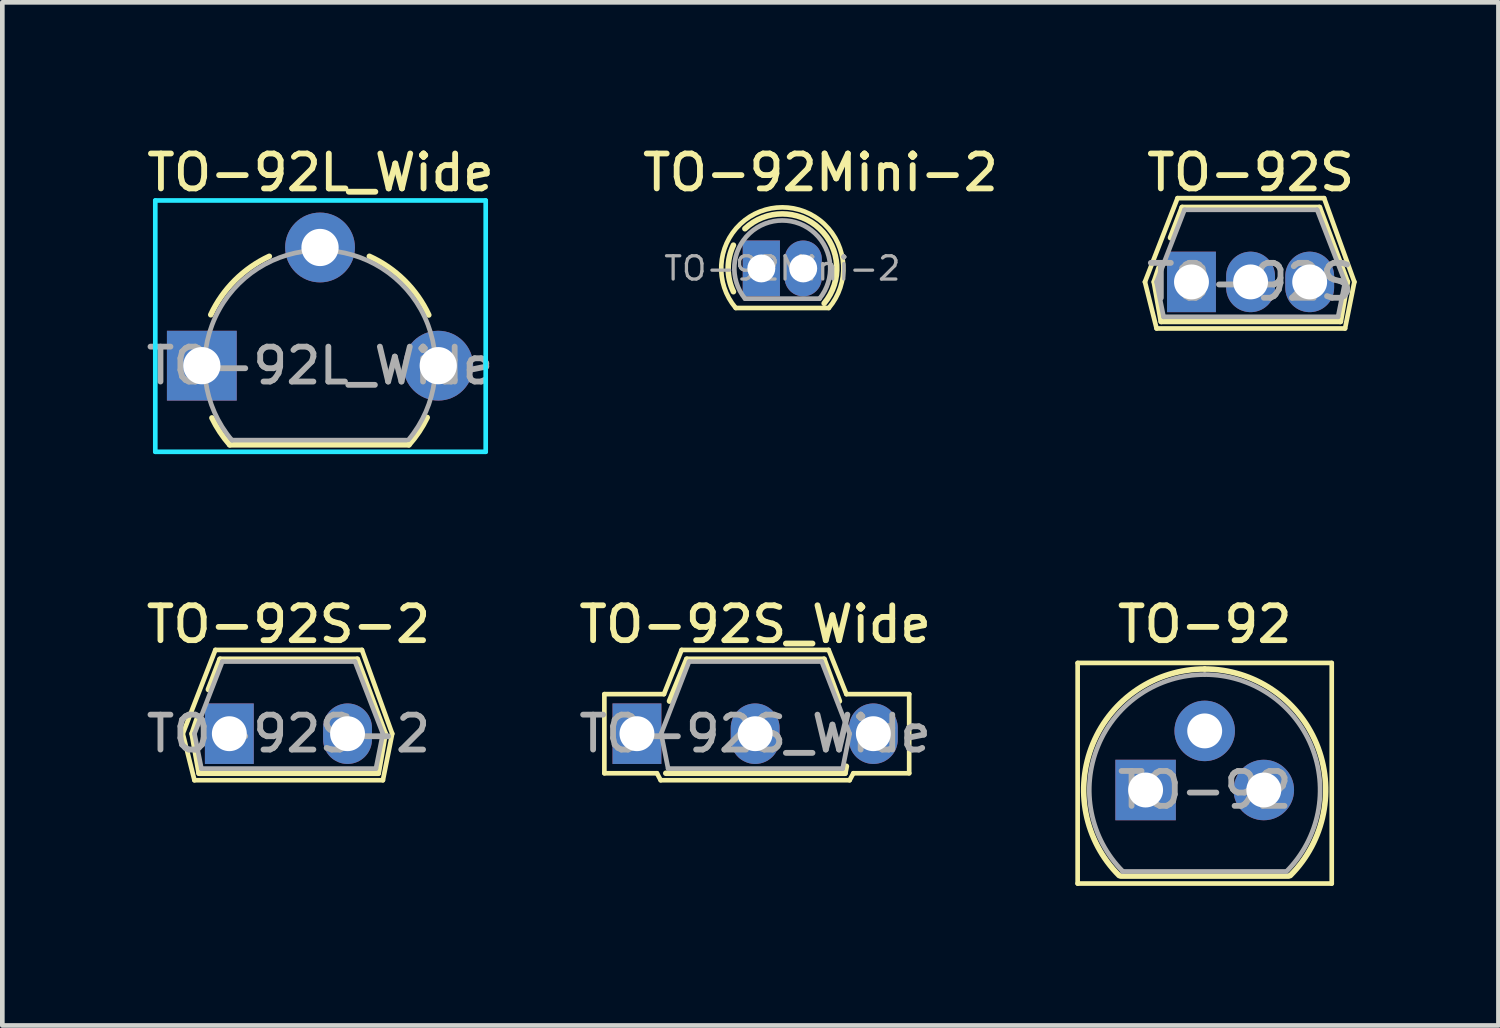
<source format=kicad_pcb>
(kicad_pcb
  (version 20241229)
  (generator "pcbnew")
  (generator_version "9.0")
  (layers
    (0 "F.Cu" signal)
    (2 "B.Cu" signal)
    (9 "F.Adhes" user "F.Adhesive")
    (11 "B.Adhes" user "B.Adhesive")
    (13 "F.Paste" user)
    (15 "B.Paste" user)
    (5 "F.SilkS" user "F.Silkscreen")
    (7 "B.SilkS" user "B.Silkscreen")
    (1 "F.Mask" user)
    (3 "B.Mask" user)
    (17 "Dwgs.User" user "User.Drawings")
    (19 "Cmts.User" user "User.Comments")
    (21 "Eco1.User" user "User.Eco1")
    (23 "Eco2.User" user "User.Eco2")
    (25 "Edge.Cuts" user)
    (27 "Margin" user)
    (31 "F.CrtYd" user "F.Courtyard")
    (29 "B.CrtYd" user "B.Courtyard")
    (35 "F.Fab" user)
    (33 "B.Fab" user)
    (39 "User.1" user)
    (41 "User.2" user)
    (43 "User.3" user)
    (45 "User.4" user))
  (footprint "TO-92S-2"
    (layer "F.Cu")
    (at 1.878 12.716)
    (property "Reference" "TO-92S-2" (at 1.27 -2.35 0) (layer "F.SilkS") (effects (font (size 0.75 0.75) (thickness 0.125))))
    (attr through_hole)
    (fp_line (start -1 0) (end -0.75 1) (stroke (width 0.1) (type solid)) (layer "F.SilkS"))
    (fp_line (start -0.8 0) (end -0.65 0.85) (stroke (width 0.12) (type solid)) (layer "F.SilkS"))
    (fp_line (start -0.75 1) (end 3.3 1) (stroke (width 0.1) (type solid)) (layer "F.SilkS"))
    (fp_line (start -0.7 -0.3) (end -0.8 0) (stroke (width 0.12) (type solid)) (layer "F.SilkS"))
    (fp_line (start -0.65 0.85) (end 3.2 0.85) (stroke (width 0.12) (type solid)) (layer "F.SilkS"))
    (fp_line (start -0.3 -1.8) (end -1 0) (stroke (width 0.1) (type solid)) (layer "F.SilkS"))
    (fp_line (start -0.2 -1.6) (end -0.45 -0.95) (stroke (width 0.12) (type solid)) (layer "F.SilkS"))
    (fp_line (start 2.75 -1.6) (end -0.2 -1.6) (stroke (width 0.12) (type solid)) (layer "F.SilkS"))
    (fp_line (start 2.85 -1.8) (end -0.3 -1.8) (stroke (width 0.1) (type solid)) (layer "F.SilkS"))
    (fp_line (start 3.2 0.85) (end 3.35 0) (stroke (width 0.12) (type solid)) (layer "F.SilkS"))
    (fp_line (start 3.3 1) (end 3.5 0) (stroke (width 0.1) (type solid)) (layer "F.SilkS"))
    (fp_line (start 3.35 0) (end 2.75 -1.6) (stroke (width 0.12) (type solid)) (layer "F.SilkS"))
    (fp_line (start 3.5 0) (end 2.85 -1.8) (stroke (width 0.1) (type solid)) (layer "F.SilkS"))
    (fp_line (start -0.75 0) (end -0.15 -1.55) (stroke (width 0.1) (type solid)) (layer "F.Fab"))
    (fp_line (start -0.6 0.75) (end -0.75 0) (stroke (width 0.1) (type solid)) (layer "F.Fab"))
    (fp_line (start -0.6 0.75) (end 3.15 0.75) (stroke (width 0.1) (type solid)) (layer "F.Fab"))
    (fp_line (start -0.15 -1.55) (end 2.7 -1.55) (stroke (width 0.1) (type solid)) (layer "F.Fab"))
    (fp_line (start 3.15 0.75) (end 3.3 0) (stroke (width 0.1) (type solid)) (layer "F.Fab"))
    (fp_line (start 3.3 0) (end 2.7 -1.55) (stroke (width 0.1) (type solid)) (layer "F.Fab"))
    (fp_text user "${REFERENCE}" (at 1.27 0 0) (layer "F.Fab") (effects (font (size 0.75 0.75) (thickness 0.125))))
    (pad "1" thru_hole rect (at 0 0) (size 1.05 1.3) (drill 0.75) (layers "*.Cu" "*.Mask"))
    (pad "2" thru_hole oval (at 2.54 0) (size 1.05 1.3) (drill 0.75) (layers "*.Cu" "*.Mask")))
  (footprint "TO-92Mini-2"
    (layer "F.Cu")
    (at 13.31 2.718)
    (property "Reference" "TO-92Mini-2" (at 1.27 -2.06 0) (layer "F.SilkS") (effects (font (size 0.75 0.75) (thickness 0.125))))
    (attr through_hole)
    (fp_line (start -0.55 0.85) (end 1.45 0.85) (stroke (width 0.1) (type solid)) (layer "F.SilkS"))
    (fp_arc (start -0.599971 0.500061) (mid -0.71297 0.000034) (end -0.6 -0.5) (stroke (width 0.12) (type solid)) (layer "F.SilkS"))
    (fp_arc (start -0.550431 0.849492) (mid 0.450333 -1.31244) (end 1.45 0.85) (stroke (width 0.1) (type solid)) (layer "F.SilkS"))
    (fp_arc (start -0.352932 -0.853112) (mid 1.253024 -0.853025) (end 1.35 0.75) (stroke (width 0.12) (type solid)) (layer "F.SilkS"))
    (fp_line (start -0.35 0.65) (end 1.25 0.65) (stroke (width 0.1) (type solid)) (layer "F.Fab"))
    (fp_arc (start -0.349861 0.650171) (mid 0.44989 -1.030776) (end 1.25 0.65) (stroke (width 0.1) (type solid)) (layer "F.Fab"))
    (fp_text user "${REFERENCE}" (at 0.45 0 0) (layer "F.Fab") (effects (font (size 0.5 0.5) (thickness 0.07))))
    (pad "1" thru_hole rect (at 0 0) (size 0.8 1.2) (drill 0.6) (layers "*.Cu" "*.Mask"))
    (pad "2" thru_hole oval (at 0.9 0) (size 0.8 1.2) (drill 0.6) (layers "*.Cu" "*.Mask")))
  (footprint "TO-92S_Wide"
    (layer "F.Cu")
    (at 10.637 12.716)
    (property "Reference" "TO-92S_Wide" (at 2.54 -2.35 0) (layer "F.SilkS") (effects (font (size 0.75 0.75) (thickness 0.125))))
    (attr through_hole)
    (fp_line (start -0.7 -0.85) (end -0.7 0.85) (stroke (width 0.1) (type solid)) (layer "F.SilkS"))
    (fp_line (start -0.7 0.85) (end 0.43 0.85) (stroke (width 0.1) (type solid)) (layer "F.SilkS"))
    (fp_line (start 0.51 1) (end 0.43 0.85) (stroke (width 0.1) (type solid)) (layer "F.SilkS"))
    (fp_line (start 0.51 1) (end 4.57 1) (stroke (width 0.1) (type solid)) (layer "F.SilkS"))
    (fp_line (start 0.58 -0.85) (end -0.7 -0.85) (stroke (width 0.1) (type solid)) (layer "F.SilkS"))
    (fp_line (start 0.58 -0.85) (end 0.96 -1.8) (stroke (width 0.1) (type solid)) (layer "F.SilkS"))
    (fp_line (start 0.62 0.85) (end 4.47 0.85) (stroke (width 0.12) (type solid)) (layer "F.SilkS"))
    (fp_line (start 1.07 -1.6) (end 0.7 -0.7) (stroke (width 0.12) (type solid)) (layer "F.SilkS"))
    (fp_line (start 4.02 -1.6) (end 1.07 -1.6) (stroke (width 0.12) (type solid)) (layer "F.SilkS"))
    (fp_line (start 4.12 -1.8) (end 0.96 -1.8) (stroke (width 0.1) (type solid)) (layer "F.SilkS"))
    (fp_line (start 4.35 -0.7) (end 4.02 -1.6) (stroke (width 0.12) (type solid)) (layer "F.SilkS"))
    (fp_line (start 4.47 0.85) (end 4.5 0.7) (stroke (width 0.12) (type solid)) (layer "F.SilkS"))
    (fp_line (start 4.5 -0.85) (end 4.12 -1.8) (stroke (width 0.1) (type solid)) (layer "F.SilkS"))
    (fp_line (start 4.5 -0.85) (end 5.85 -0.85) (stroke (width 0.1) (type solid)) (layer "F.SilkS"))
    (fp_line (start 4.57 1) (end 4.65 0.85) (stroke (width 0.1) (type solid)) (layer "F.SilkS"))
    (fp_line (start 5.85 -0.85) (end 5.85 0.85) (stroke (width 0.1) (type solid)) (layer "F.SilkS"))
    (fp_line (start 5.85 0.85) (end 4.65 0.85) (stroke (width 0.1) (type solid)) (layer "F.SilkS"))
    (fp_line (start 0.52 0) (end 1.12 -1.55) (stroke (width 0.1) (type solid)) (layer "F.Fab"))
    (fp_line (start 0.67 0.75) (end 0.52 0) (stroke (width 0.1) (type solid)) (layer "F.Fab"))
    (fp_line (start 0.67 0.75) (end 4.42 0.75) (stroke (width 0.1) (type solid)) (layer "F.Fab"))
    (fp_line (start 1.12 -1.55) (end 3.97 -1.55) (stroke (width 0.1) (type solid)) (layer "F.Fab"))
    (fp_line (start 4.42 0.75) (end 4.57 0) (stroke (width 0.1) (type solid)) (layer "F.Fab"))
    (fp_line (start 4.57 0) (end 3.97 -1.55) (stroke (width 0.1) (type solid)) (layer "F.Fab"))
    (fp_text user "${REFERENCE}" (at 2.54 0 0) (layer "F.Fab") (effects (font (size 0.75 0.75) (thickness 0.125))))
    (pad "1" thru_hole rect (at 0 0) (size 1.05 1.3) (drill 0.75) (layers "*.Cu" "*.Mask"))
    (pad "2" thru_hole oval (at 2.54 0) (size 1.05 1.3) (drill 0.75) (layers "*.Cu" "*.Mask"))
    (pad "3" thru_hole oval (at 5.08 0) (size 1.05 1.3) (drill 0.75) (layers "*.Cu" "*.Mask")))
  (footprint "TO-92L_Wide"
    (layer "F.Cu")
    (at 1.287 4.808)
    (property "Reference" "TO-92L_Wide" (at 2.55 -4.15 0) (layer "F.SilkS") (effects (font (size 0.75 0.75) (thickness 0.125))))
    (attr through_hole)
    (fp_line (start 0.6 1.7) (end 4.45 1.7) (stroke (width 0.12) (type solid)) (layer "F.SilkS"))
    (fp_arc (start 0.192226 -1.094786) (mid 0.710119 -1.833613) (end 1.45 -2.35) (stroke (width 0.12) (type solid)) (layer "F.SilkS"))
    (fp_arc (start 0.6 1.7) (mid 0.389183 1.423933) (end 0.217369 1.122045) (stroke (width 0.12) (type solid)) (layer "F.SilkS"))
    (fp_arc (start 3.6 -2.35) (mid 4.351408 -1.834367) (end 4.876463 -1.089513) (stroke (width 0.12) (type solid)) (layer "F.SilkS"))
    (fp_arc (start 4.842383 1.112264) (mid 4.666594 1.419753) (end 4.45 1.7) (stroke (width 0.12) (type solid)) (layer "F.SilkS"))
    (fp_line (start -1 -3.55) (end -1 1.85) (stroke (width 0.1) (type solid)) (layer "B.CrtYd"))
    (fp_line (start -1 1.85) (end 6.1 1.85) (stroke (width 0.1) (type solid)) (layer "B.CrtYd"))
    (fp_line (start 6.1 -3.55) (end -1 -3.55) (stroke (width 0.1) (type solid)) (layer "B.CrtYd"))
    (fp_line (start 6.1 1.85) (end 6.1 -3.55) (stroke (width 0.1) (type solid)) (layer "B.CrtYd"))
    (fp_line (start 0.65 1.6) (end 4.4 1.6) (stroke (width 0.1) (type solid)) (layer "F.Fab"))
    (fp_arc (start 0.647182 1.602385) (mid 0.290076 -1.043188) (end 2.54 -2.48) (stroke (width 0.1) (type solid)) (layer "F.Fab"))
    (fp_arc (start 2.54 -2.48) (mid 4.787211 -1.049019) (end 4.441103 1.592547) (stroke (width 0.1) (type solid)) (layer "F.Fab"))
    (fp_text user "${REFERENCE}" (at 2.54 0 0) (layer "F.Fab") (effects (font (size 0.75 0.75) (thickness 0.125))))
    (pad "1" thru_hole rect (at 0 0) (size 1.5 1.5) (drill 0.8) (layers "*.Cu" "*.Mask"))
    (pad "2" thru_hole circle (at 2.54 -2.54) (size 1.5 1.5) (drill 0.8) (layers "*.Cu" "*.Mask"))
    (pad "3" thru_hole circle (at 5.08 0) (size 1.5 1.5) (drill 0.8) (layers "*.Cu" "*.Mask")))
  (footprint "TO-92"
    (layer "F.Cu")
    (at 21.567 13.926)
    (property "Reference" "TO-92" (at 1.27 -3.56 0) (layer "F.SilkS") (effects (font (size 0.75 0.75) (thickness 0.125))))
    (attr through_hole)
    (fp_line (start -1.46 -2.73) (end -1.46 2.01) (stroke (width 0.1) (type solid)) (layer "F.SilkS"))
    (fp_line (start -1.46 -2.73) (end 4 -2.73) (stroke (width 0.1) (type solid)) (layer "F.SilkS"))
    (fp_line (start -0.53 1.85) (end 3.07 1.85) (stroke (width 0.12) (type solid)) (layer "F.SilkS"))
    (fp_line (start 4 2.01) (end -1.46 2.01) (stroke (width 0.1) (type solid)) (layer "F.SilkS"))
    (fp_line (start 4 2.01) (end 4 -2.73) (stroke (width 0.1) (type solid)) (layer "F.SilkS"))
    (fp_arc (start -0.568478 1.838478) (mid -1.132087 -0.994977) (end 1.27 -2.6) (stroke (width 0.12) (type solid)) (layer "F.SilkS"))
    (fp_arc (start 1.27 -2.6) (mid 3.672087 -0.994977) (end 3.108478 1.838478) (stroke (width 0.12) (type solid)) (layer "F.SilkS"))
    (fp_line (start -0.5 1.75) (end 3 1.75) (stroke (width 0.1) (type solid)) (layer "F.Fab"))
    (fp_arc (start -0.483625 1.753625) (mid -1.021221 -0.949055) (end 1.27 -2.48) (stroke (width 0.1) (type solid)) (layer "F.Fab"))
    (fp_arc (start 1.27 -2.48) (mid 3.561221 -0.949055) (end 3.023625 1.753625) (stroke (width 0.1) (type solid)) (layer "F.Fab"))
    (fp_text user "${REFERENCE}" (at 1.27 0 0) (layer "F.Fab") (effects (font (size 0.75 0.75) (thickness 0.125))))
    (pad "1" thru_hole rect (at 0 0) (size 1.3 1.3) (drill 0.75) (layers "*.Cu" "*.Mask"))
    (pad "2" thru_hole circle (at 1.27 -1.27) (size 1.3 1.3) (drill 0.75) (layers "*.Cu" "*.Mask"))
    (pad "3" thru_hole circle (at 2.54 0) (size 1.3 1.3) (drill 0.75) (layers "*.Cu" "*.Mask")))
  (footprint "TO-92S"
    (layer "F.Cu")
    (at 22.553 3.008)
    (property "Reference" "TO-92S" (at 1.27 -2.35 0) (layer "F.SilkS") (effects (font (size 0.75 0.75) (thickness 0.125))))
    (attr through_hole)
    (fp_line (start -1 0) (end -0.75 1) (stroke (width 0.1) (type solid)) (layer "F.SilkS"))
    (fp_line (start -0.8 0) (end -0.65 0.85) (stroke (width 0.12) (type solid)) (layer "F.SilkS"))
    (fp_line (start -0.75 1) (end 3.3 1) (stroke (width 0.1) (type solid)) (layer "F.SilkS"))
    (fp_line (start -0.7 -0.3) (end -0.8 0) (stroke (width 0.12) (type solid)) (layer "F.SilkS"))
    (fp_line (start -0.65 0.85) (end 3.2 0.85) (stroke (width 0.12) (type solid)) (layer "F.SilkS"))
    (fp_line (start -0.3 -1.8) (end -1 0) (stroke (width 0.1) (type solid)) (layer "F.SilkS"))
    (fp_line (start -0.2 -1.6) (end -0.45 -0.95) (stroke (width 0.12) (type solid)) (layer "F.SilkS"))
    (fp_line (start 2.75 -1.6) (end -0.2 -1.6) (stroke (width 0.12) (type solid)) (layer "F.SilkS"))
    (fp_line (start 2.85 -1.8) (end -0.3 -1.8) (stroke (width 0.1) (type solid)) (layer "F.SilkS"))
    (fp_line (start 3.2 0.85) (end 3.35 0) (stroke (width 0.12) (type solid)) (layer "F.SilkS"))
    (fp_line (start 3.3 1) (end 3.5 0) (stroke (width 0.1) (type solid)) (layer "F.SilkS"))
    (fp_line (start 3.35 0) (end 2.75 -1.6) (stroke (width 0.12) (type solid)) (layer "F.SilkS"))
    (fp_line (start 3.5 0) (end 2.85 -1.8) (stroke (width 0.1) (type solid)) (layer "F.SilkS"))
    (fp_line (start -0.75 0) (end -0.15 -1.55) (stroke (width 0.1) (type solid)) (layer "F.Fab"))
    (fp_line (start -0.6 0.75) (end -0.75 0) (stroke (width 0.1) (type solid)) (layer "F.Fab"))
    (fp_line (start -0.6 0.75) (end 3.15 0.75) (stroke (width 0.1) (type solid)) (layer "F.Fab"))
    (fp_line (start -0.15 -1.55) (end 2.7 -1.55) (stroke (width 0.1) (type solid)) (layer "F.Fab"))
    (fp_line (start 3.15 0.75) (end 3.3 0) (stroke (width 0.1) (type solid)) (layer "F.Fab"))
    (fp_line (start 3.3 0) (end 2.7 -1.55) (stroke (width 0.1) (type solid)) (layer "F.Fab"))
    (fp_text user "${REFERENCE}" (at 1.27 0 0) (layer "F.Fab") (effects (font (size 0.75 0.75) (thickness 0.125))))
    (pad "1" thru_hole rect (at 0 0) (size 1.05 1.3) (drill 0.75) (layers "*.Cu" "*.Mask"))
    (pad "2" thru_hole oval (at 1.27 0) (size 1.05 1.3) (drill 0.75) (layers "*.Cu" "*.Mask"))
    (pad "3" thru_hole oval (at 2.54 0) (size 1.05 1.3) (drill 0.75) (layers "*.Cu" "*.Mask")))
  (gr_rect
    (start -3 -3)
    (end 29.149 18.986)
    (stroke (width 0.1) (type default))
    (fill no)
    (layer "Edge.Cuts")))
</source>
